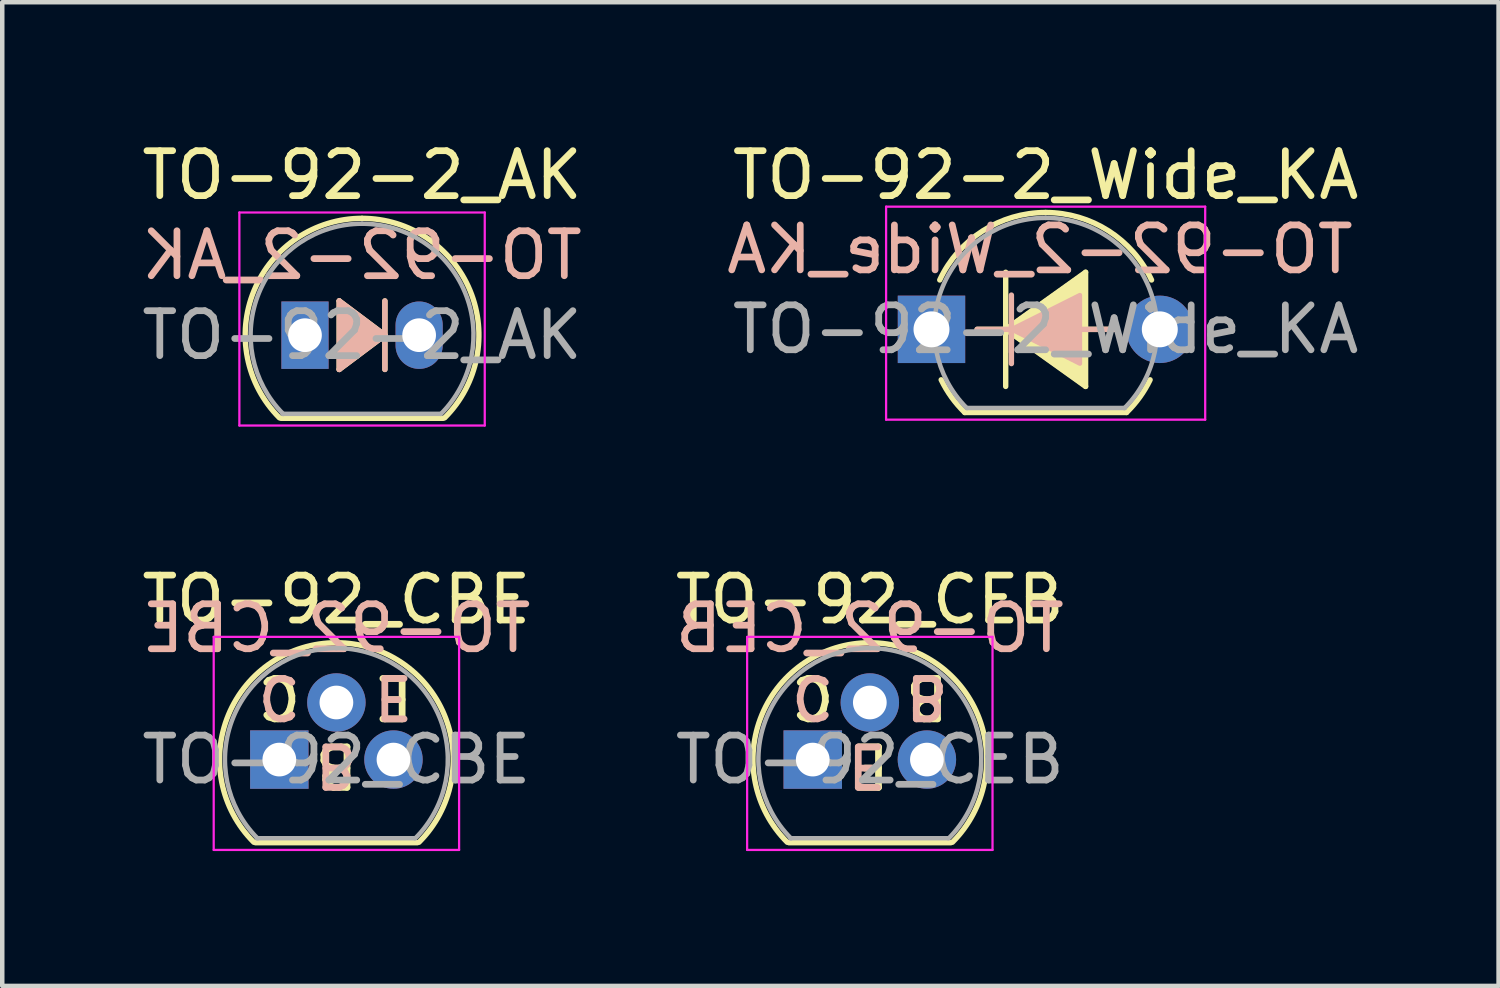
<source format=kicad_pcb>
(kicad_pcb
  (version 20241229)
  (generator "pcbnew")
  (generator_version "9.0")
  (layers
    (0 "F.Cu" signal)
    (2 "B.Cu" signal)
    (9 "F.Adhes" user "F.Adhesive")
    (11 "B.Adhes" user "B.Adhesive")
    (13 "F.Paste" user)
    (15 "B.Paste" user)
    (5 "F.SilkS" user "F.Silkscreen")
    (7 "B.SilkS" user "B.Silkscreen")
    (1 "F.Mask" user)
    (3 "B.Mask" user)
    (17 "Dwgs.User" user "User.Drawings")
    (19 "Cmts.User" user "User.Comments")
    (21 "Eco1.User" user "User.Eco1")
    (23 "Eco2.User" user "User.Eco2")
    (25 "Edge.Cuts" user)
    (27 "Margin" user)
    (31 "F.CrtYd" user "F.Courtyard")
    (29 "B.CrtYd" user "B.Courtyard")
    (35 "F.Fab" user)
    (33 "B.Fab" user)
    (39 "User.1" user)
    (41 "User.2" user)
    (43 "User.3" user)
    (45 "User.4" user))
  (footprint "TO-92_CEB"
    (layer "F.Cu")
    (at 15.034 13.851)
    (property "Reference" "TO-92_CEB" (at 1.27 -3.56 0) (layer "F.SilkS") (effects (font (size 1 1) (thickness 0.15))))
    (fp_line (start -0.53 1.85) (end 3.07 1.85) (stroke (width 0.12) (type solid)) (layer "F.SilkS"))
    (fp_arc (start -0.568478 1.838478) (mid -1.132087 -0.994977) (end 1.27 -2.6) (stroke (width 0.12) (type solid)) (layer "F.SilkS"))
    (fp_arc (start 1.27 -2.6) (mid 3.672087 -0.994977) (end 3.108478 1.838478) (stroke (width 0.12) (type solid)) (layer "F.SilkS"))
    (fp_line (start -1.46 -2.73) (end -1.46 2.01) (stroke (width 0.05) (type solid)) (layer "F.CrtYd"))
    (fp_line (start -1.46 -2.73) (end 4 -2.73) (stroke (width 0.05) (type solid)) (layer "F.CrtYd"))
    (fp_line (start 4 2.01) (end -1.46 2.01) (stroke (width 0.05) (type solid)) (layer "F.CrtYd"))
    (fp_line (start 4 2.01) (end 4 -2.73) (stroke (width 0.05) (type solid)) (layer "F.CrtYd"))
    (fp_line (start -0.5 1.75) (end 3 1.75) (stroke (width 0.1) (type solid)) (layer "F.Fab"))
    (fp_arc (start -0.483625 1.753625) (mid -1.021221 -0.949055) (end 1.27 -2.48) (stroke (width 0.1) (type solid)) (layer "F.Fab"))
    (fp_arc (start 1.27 -2.48) (mid 3.561221 -0.949055) (end 3.023625 1.753625) (stroke (width 0.1) (type solid)) (layer "F.Fab"))
    (fp_text user "B" (at 2.54 -1.397 180) (unlocked yes) (layer "F.SilkS") (effects (font (size 0.9 0.9) (thickness 0.15))))
    (fp_text user "E" (at 1.27 0.127 180) (unlocked yes) (layer "F.SilkS") (effects (font (size 0.9 0.9) (thickness 0.15))))
    (fp_text user "C" (at 0 -1.397 180) (unlocked yes) (layer "F.SilkS") (effects (font (size 0.9 0.9) (thickness 0.15))))
    (fp_text user "E" (at 1.206 0.127 180) (unlocked yes) (layer "B.SilkS") (effects (font (size 0.9 0.9) (thickness 0.15)) (justify mirror)))
    (fp_text user "B" (at 2.54 -1.397 180) (unlocked yes) (layer "B.SilkS") (effects (font (size 0.9 0.9) (thickness 0.15)) (justify mirror)))
    (fp_text user "C" (at 0 -1.397 180) (unlocked yes) (layer "B.SilkS") (effects (font (size 0.9 0.9) (thickness 0.15)) (justify mirror)))
    (fp_text user "${REFERENCE}" (at 1.27 -2.921 0) (layer "B.SilkS") (effects (font (size 1 1) (thickness 0.15)) (justify mirror)))
    (fp_text user "${REFERENCE}" (at 1.27 0 0) (layer "F.Fab") (effects (font (size 1 1) (thickness 0.15))))
    (pad "1" thru_hole rect (at 0 0 90) (size 1.3 1.3) (drill 0.75) (layers "*.Cu" "*.Mask"))
    (pad "2" thru_hole circle (at 1.27 -1.27 90) (size 1.3 1.3) (drill 0.75) (layers "*.Cu" "*.Mask"))
    (pad "3" thru_hole circle (at 2.54 0 90) (size 1.3 1.3) (drill 0.75) (layers "*.Cu" "*.Mask")))
  (footprint "TO-92_CBE"
    (layer "F.Cu")
    (at 3.165 13.851)
    (property "Reference" "TO-92_CBE" (at 1.27 -3.56 0) (layer "F.SilkS") (effects (font (size 1 1) (thickness 0.15))))
    (fp_line (start -0.53 1.85) (end 3.07 1.85) (stroke (width 0.12) (type solid)) (layer "F.SilkS"))
    (fp_arc (start -0.568478 1.838478) (mid -1.132087 -0.994977) (end 1.27 -2.6) (stroke (width 0.12) (type solid)) (layer "F.SilkS"))
    (fp_arc (start 1.27 -2.6) (mid 3.672087 -0.994977) (end 3.108478 1.838478) (stroke (width 0.12) (type solid)) (layer "F.SilkS"))
    (fp_line (start -1.46 -2.73) (end -1.46 2.01) (stroke (width 0.05) (type solid)) (layer "F.CrtYd"))
    (fp_line (start -1.46 -2.73) (end 4 -2.73) (stroke (width 0.05) (type solid)) (layer "F.CrtYd"))
    (fp_line (start 4 2.01) (end -1.46 2.01) (stroke (width 0.05) (type solid)) (layer "F.CrtYd"))
    (fp_line (start 4 2.01) (end 4 -2.73) (stroke (width 0.05) (type solid)) (layer "F.CrtYd"))
    (fp_line (start -0.5 1.75) (end 3 1.75) (stroke (width 0.1) (type solid)) (layer "F.Fab"))
    (fp_arc (start -0.483625 1.753625) (mid -1.021221 -0.949055) (end 1.27 -2.48) (stroke (width 0.1) (type solid)) (layer "F.Fab"))
    (fp_arc (start 1.27 -2.48) (mid 3.561221 -0.949055) (end 3.023625 1.753625) (stroke (width 0.1) (type solid)) (layer "F.Fab"))
    (fp_text user "E" (at 2.54 -1.397 180) (unlocked yes) (layer "F.SilkS") (effects (font (size 0.9 0.9) (thickness 0.15))))
    (fp_text user "C" (at 0 -1.397 180) (unlocked yes) (layer "F.SilkS") (effects (font (size 0.9 0.9) (thickness 0.15))))
    (fp_text user "B" (at 1.27 0.127 180) (unlocked yes) (layer "F.SilkS") (effects (font (size 0.9 0.9) (thickness 0.15))))
    (fp_text user "C" (at 0 -1.397 180) (unlocked yes) (layer "B.SilkS") (effects (font (size 0.9 0.9) (thickness 0.15)) (justify mirror)))
    (fp_text user "${REFERENCE}" (at 1.27 -2.921 0) (layer "B.SilkS") (effects (font (size 1 1) (thickness 0.15)) (justify mirror)))
    (fp_text user "E" (at 2.54 -1.397 180) (unlocked yes) (layer "B.SilkS") (effects (font (size 0.9 0.9) (thickness 0.15)) (justify mirror)))
    (fp_text user "B" (at 1.27 0.127 180) (unlocked yes) (layer "B.SilkS") (effects (font (size 0.9 0.9) (thickness 0.15)) (justify mirror)))
    (fp_text user "${REFERENCE}" (at 1.27 0 0) (layer "F.Fab") (effects (font (size 1 1) (thickness 0.15))))
    (pad "1" thru_hole rect (at 0 0 90) (size 1.3 1.3) (drill 0.75) (layers "*.Cu" "*.Mask"))
    (pad "2" thru_hole circle (at 1.27 -1.27 90) (size 1.3 1.3) (drill 0.75) (layers "*.Cu" "*.Mask"))
    (pad "3" thru_hole circle (at 2.54 0 90) (size 1.3 1.3) (drill 0.75) (layers "*.Cu" "*.Mask")))
  (footprint "TO-92-2_Wide_KA"
    (layer "F.Cu")
    (at 17.676 4.278)
    (property "Reference" "TO-92-2_Wide_KA" (at 2.54 -3.43 0) (layer "F.SilkS") (effects (font (size 1 1) (thickness 0.15))))
    (fp_line (start 0.74 1.85) (end 4.34 1.85) (stroke (width 0.12) (type solid)) (layer "F.SilkS"))
    (fp_line (start 1.016 0) (end 1.651 0) (stroke (width 0.12) (type solid)) (layer "F.SilkS"))
    (fp_line (start 1.651 0) (end 1.651 -1.27) (stroke (width 0.12) (type solid)) (layer "F.SilkS"))
    (fp_line (start 1.651 0) (end 3.429 -1.27) (stroke (width 0.12) (type solid)) (layer "F.SilkS"))
    (fp_line (start 1.651 1.27) (end 1.651 0) (stroke (width 0.12) (type solid)) (layer "F.SilkS"))
    (fp_line (start 3.429 -1.27) (end 3.429 1.27) (stroke (width 0.12) (type solid)) (layer "F.SilkS"))
    (fp_line (start 3.429 1.27) (end 1.651 0) (stroke (width 0.12) (type solid)) (layer "F.SilkS"))
    (fp_line (start 4.064 0) (end 3.429 0) (stroke (width 0.12) (type solid)) (layer "F.SilkS"))
    (fp_arc (start 0.1836 -1.098807) (mid 1.143021 -2.192817) (end 2.54 -2.6) (stroke (width 0.12) (type solid)) (layer "F.SilkS"))
    (fp_arc (start 0.74 1.85) (mid 0.446097 1.509328) (end 0.215816 1.122795) (stroke (width 0.12) (type solid)) (layer "F.SilkS"))
    (fp_arc (start 2.54 -2.6) (mid 3.936979 -2.192818) (end 4.8964 -1.098807) (stroke (width 0.12) (type solid)) (layer "F.SilkS"))
    (fp_arc (start 4.864184 1.122795) (mid 4.633903 1.509328) (end 4.34 1.85) (stroke (width 0.12) (type solid)) (layer "F.SilkS"))
    (fp_poly (pts (xy 3.429 1.27) (xy 1.651 0) (xy 3.429 -1.27)) (stroke (width 0.1) (type solid)) (fill yes) (layer "F.SilkS"))
    (fp_line (start 1.016 0) (end 1.778 0) (stroke (width 0.12) (type solid)) (layer "B.SilkS"))
    (fp_line (start 1.778 -0.762) (end 1.778 0.508) (stroke (width 0.12) (type solid)) (layer "B.SilkS"))
    (fp_line (start 1.778 0) (end 1.778 0.762) (stroke (width 0.12) (type solid)) (layer "B.SilkS"))
    (fp_line (start 4.064 0) (end 3.302 0) (stroke (width 0.12) (type solid)) (layer "B.SilkS"))
    (fp_poly (pts (xy 3.302 -0.762) (xy 1.778 0) (xy 3.302 0.762)) (stroke (width 0.1) (type solid)) (fill yes) (layer "B.SilkS"))
    (fp_line (start -1.01 -2.73) (end -1.01 2.01) (stroke (width 0.05) (type solid)) (layer "F.CrtYd"))
    (fp_line (start -1.01 -2.73) (end 6.09 -2.73) (stroke (width 0.05) (type solid)) (layer "F.CrtYd"))
    (fp_line (start 6.09 2.01) (end -1.01 2.01) (stroke (width 0.05) (type solid)) (layer "F.CrtYd"))
    (fp_line (start 6.09 2.01) (end 6.09 -2.73) (stroke (width 0.05) (type solid)) (layer "F.CrtYd"))
    (fp_line (start 0.8 1.75) (end 4.3 1.75) (stroke (width 0.1) (type solid)) (layer "F.Fab"))
    (fp_arc (start 0.786375 1.753625) (mid 0.248779 -0.949055) (end 2.54 -2.48) (stroke (width 0.1) (type solid)) (layer "F.Fab"))
    (fp_arc (start 2.54 -2.48) (mid 4.831221 -0.949055) (end 4.293625 1.753625) (stroke (width 0.1) (type solid)) (layer "F.Fab"))
    (fp_text user "${REFERENCE}" (at 2.413 -1.778 0) (layer "B.SilkS") (effects (font (size 1 1) (thickness 0.15)) (justify mirror)))
    (fp_text user "${REFERENCE}" (at 2.54 0 0) (layer "F.Fab") (effects (font (size 1 1) (thickness 0.15))))
    (pad "1" thru_hole rect (at 0 0 90) (size 1.5 1.5) (drill 0.8) (layers "*.Cu" "*.Mask"))
    (pad "2" thru_hole circle (at 5.08 0 90) (size 1.5 1.5) (drill 0.8) (layers "*.Cu" "*.Mask")))
  (footprint "TO-92-2_AK"
    (layer "F.Cu")
    (at 3.736 4.408)
    (property "Reference" "TO-92-2_AK" (at 1.27 -3.56 0) (layer "F.SilkS") (effects (font (size 1 1) (thickness 0.15))))
    (fp_line (start -0.53 1.85) (end 3.07 1.85) (stroke (width 0.12) (type solid)) (layer "F.SilkS"))
    (fp_line (start 0.762 -0.762) (end 1.778 0) (stroke (width 0.12) (type solid)) (layer "F.SilkS"))
    (fp_line (start 0.762 0.762) (end 0.762 -0.762) (stroke (width 0.12) (type solid)) (layer "F.SilkS"))
    (fp_line (start 1.778 0) (end 0.762 0.762) (stroke (width 0.12) (type solid)) (layer "F.SilkS"))
    (fp_line (start 1.778 0.762) (end 1.778 -0.762) (stroke (width 0.12) (type solid)) (layer "F.SilkS"))
    (fp_arc (start -0.568478 1.838478) (mid -1.132087 -0.994977) (end 1.27 -2.6) (stroke (width 0.12) (type solid)) (layer "F.SilkS"))
    (fp_arc (start 1.27 -2.6) (mid 3.672087 -0.994977) (end 3.108478 1.838478) (stroke (width 0.12) (type solid)) (layer "F.SilkS"))
    (fp_poly (pts (xy 0.762 -0.762) (xy 1.778 0) (xy 0.762 0.762)) (stroke (width 0.1) (type solid)) (fill yes) (layer "F.SilkS"))
    (fp_line (start 0.762 -0.762) (end 0.762 0.762) (stroke (width 0.12) (type solid)) (layer "B.SilkS"))
    (fp_line (start 0.762 0.762) (end 1.778 0) (stroke (width 0.12) (type solid)) (layer "B.SilkS"))
    (fp_line (start 1.778 -0.762) (end 1.778 0.762) (stroke (width 0.12) (type solid)) (layer "B.SilkS"))
    (fp_line (start 1.778 0) (end 0.762 -0.762) (stroke (width 0.12) (type solid)) (layer "B.SilkS"))
    (fp_poly (pts (xy 0.762 0.762) (xy 1.778 0) (xy 0.762 -0.762)) (stroke (width 0.1) (type solid)) (fill yes) (layer "B.SilkS"))
    (fp_line (start -1.46 -2.73) (end -1.46 2.01) (stroke (width 0.05) (type solid)) (layer "F.CrtYd"))
    (fp_line (start -1.46 -2.73) (end 4 -2.73) (stroke (width 0.05) (type solid)) (layer "F.CrtYd"))
    (fp_line (start 4 2.01) (end -1.46 2.01) (stroke (width 0.05) (type solid)) (layer "F.CrtYd"))
    (fp_line (start 4 2.01) (end 4 -2.73) (stroke (width 0.05) (type solid)) (layer "F.CrtYd"))
    (fp_line (start -0.5 1.75) (end 3 1.75) (stroke (width 0.1) (type solid)) (layer "F.Fab"))
    (fp_arc (start -0.483625 1.753625) (mid -1.021221 -0.949055) (end 1.27 -2.48) (stroke (width 0.1) (type solid)) (layer "F.Fab"))
    (fp_arc (start 1.27 -2.48) (mid 3.561221 -0.949055) (end 3.023625 1.753625) (stroke (width 0.1) (type solid)) (layer "F.Fab"))
    (fp_text user "${REFERENCE}" (at 1.27 -1.778 0) (layer "B.SilkS") (effects (font (size 1 1) (thickness 0.15)) (justify mirror)))
    (fp_text user "${REFERENCE}" (at 1.27 0 0) (layer "F.Fab") (effects (font (size 1 1) (thickness 0.15))))
    (pad "1" thru_hole rect (at 0 0) (size 1.05 1.5) (drill 0.75) (layers "*.Cu" "*.Mask"))
    (pad "2" thru_hole oval (at 2.54 0) (size 1.05 1.5) (drill 0.75) (layers "*.Cu" "*.Mask")))
  (gr_rect
    (start -3 -3)
    (end 30.294 18.887)
    (stroke (width 0.1) (type default))
    (fill no)
    (layer "Edge.Cuts")))
</source>
